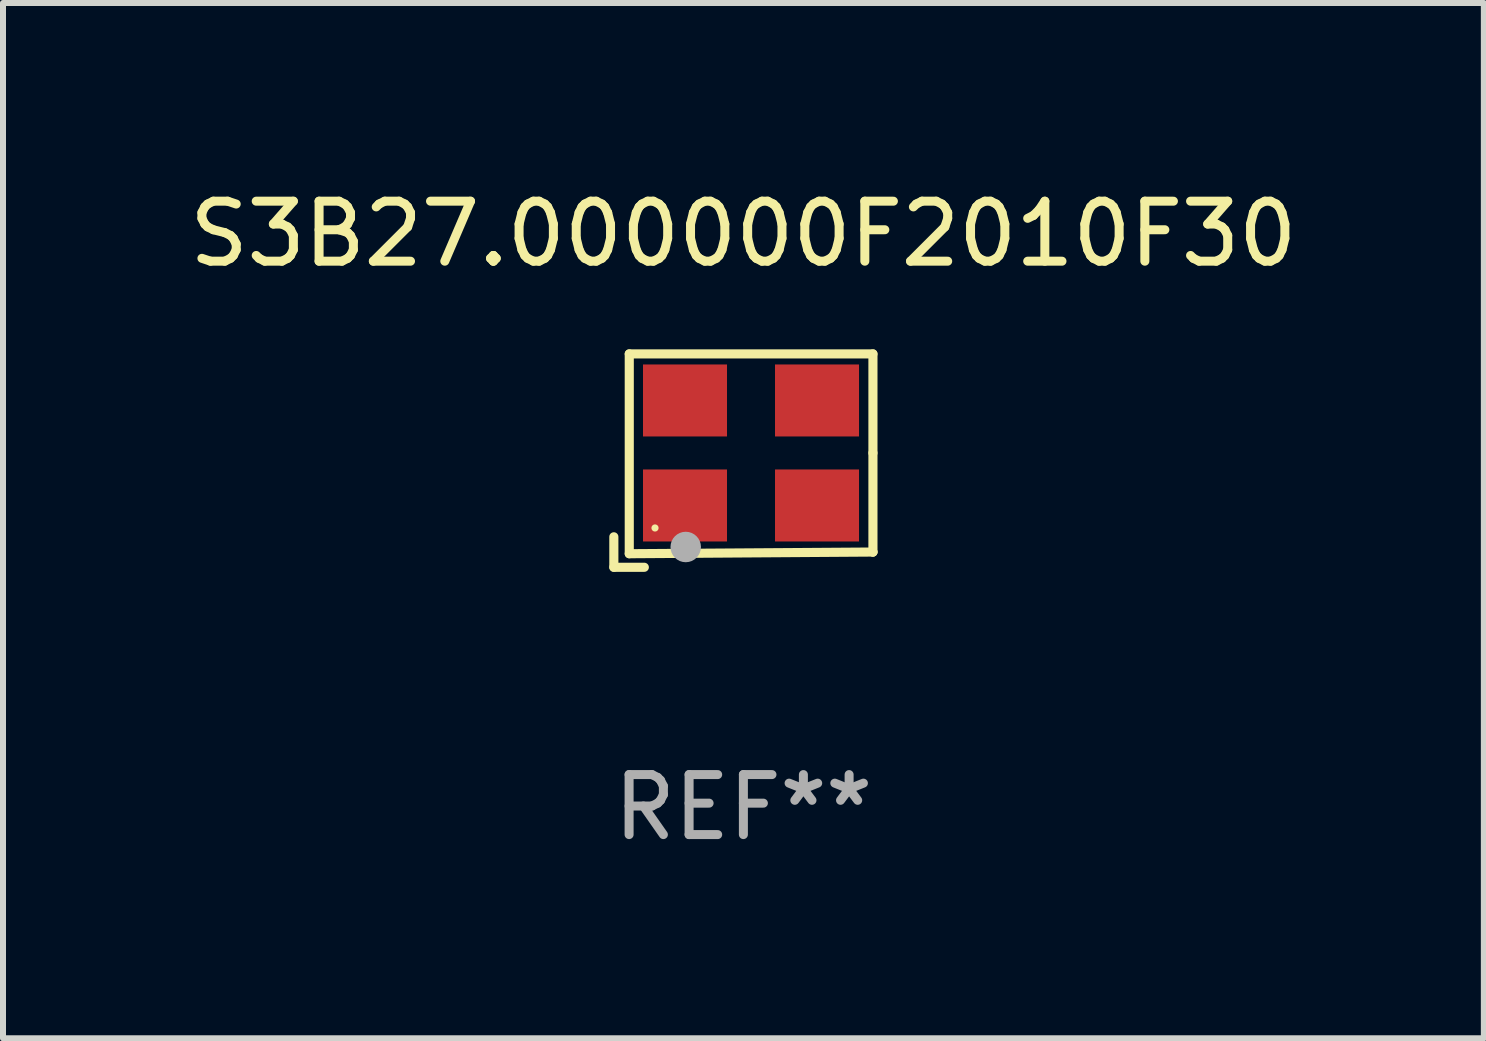
<source format=kicad_pcb>
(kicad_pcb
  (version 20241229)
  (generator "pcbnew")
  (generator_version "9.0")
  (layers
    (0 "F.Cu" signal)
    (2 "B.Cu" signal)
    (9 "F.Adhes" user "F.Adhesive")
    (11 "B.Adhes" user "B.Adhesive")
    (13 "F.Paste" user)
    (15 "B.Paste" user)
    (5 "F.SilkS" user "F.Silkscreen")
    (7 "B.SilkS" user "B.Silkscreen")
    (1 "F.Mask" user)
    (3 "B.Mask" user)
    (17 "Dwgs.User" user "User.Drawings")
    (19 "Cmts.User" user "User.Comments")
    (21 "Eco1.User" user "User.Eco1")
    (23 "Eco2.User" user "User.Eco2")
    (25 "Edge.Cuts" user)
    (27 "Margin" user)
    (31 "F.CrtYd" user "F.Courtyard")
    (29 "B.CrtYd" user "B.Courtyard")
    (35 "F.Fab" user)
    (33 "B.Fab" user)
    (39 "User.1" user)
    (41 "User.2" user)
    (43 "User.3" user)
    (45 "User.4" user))
  (footprint "S3B27.000000F2010F30"
    (layer "F.Cu")
    (at 9.339 4.626)
    (property "Reference" "S3B27.000000F2010F30" (at 0 -3.778 0) (layer "F.SilkS") (effects (font (size 1 1) (thickness 0.15))))
    (attr through_hole)
    (fp_line (start -2.159 1.27) (end -2.159 1.778) (stroke (width 0.152) (type solid)) (layer "F.SilkS"))
    (fp_line (start -2.159 1.778) (end -1.651 1.778) (stroke (width 0.152) (type solid)) (layer "F.SilkS"))
    (fp_line (start -1.902 -1.778) (end 2.159 -1.778) (stroke (width 0.152) (type solid)) (layer "F.SilkS"))
    (fp_line (start -1.902 1.552) (end -1.902 -1.778) (stroke (width 0.152) (type solid)) (layer "F.SilkS"))
    (fp_line (start 2.159 -1.778) (end 2.159 -0.127) (stroke (width 0.152) (type solid)) (layer "F.SilkS"))
    (fp_line (start 2.159 -0.127) (end 2.159 1.524) (stroke (width 0.152) (type solid)) (layer "F.SilkS"))
    (fp_line (start 2.159 1.524) (end -1.902 1.552) (stroke (width 0.152) (type solid)) (layer "F.SilkS"))
    (fp_line (start 2.159 1.524) (end 2.159 1.524) (stroke (width 0.152) (type solid)) (layer "F.SilkS"))
    (fp_circle (center -1.473 1.123) (end -1.443 1.123) (stroke (width 0.06) (type solid)) (fill no) (layer "F.SilkS"))
    (fp_circle (center -0.961 1.44) (end -0.834 1.44) (stroke (width 0.254) (type solid)) (fill no) (layer "F.Fab"))
    (fp_text user "REF**" (at 0 5.778 0) (layer "F.Fab") (effects (font (size 1 1) (thickness 0.15))))
    (pad "1" smd rect (at -0.973 0.748) (size 1.4 1.2) (layers "F.Cu" "F.Mask" "F.Paste"))
    (pad "2" smd rect (at 1.227 0.748) (size 1.4 1.2) (layers "F.Cu" "F.Mask" "F.Paste"))
    (pad "3" smd rect (at 1.227 -1.002) (size 1.4 1.2) (layers "F.Cu" "F.Mask" "F.Paste"))
    (pad "4" smd rect (at -0.973 -1.002) (size 1.4 1.2) (layers "F.Cu" "F.Mask" "F.Paste")))
  (gr_rect
    (start -3 -3)
    (end 21.679 14.253)
    (stroke (width 0.1) (type default))
    (fill no)
    (layer "Edge.Cuts")))
</source>
